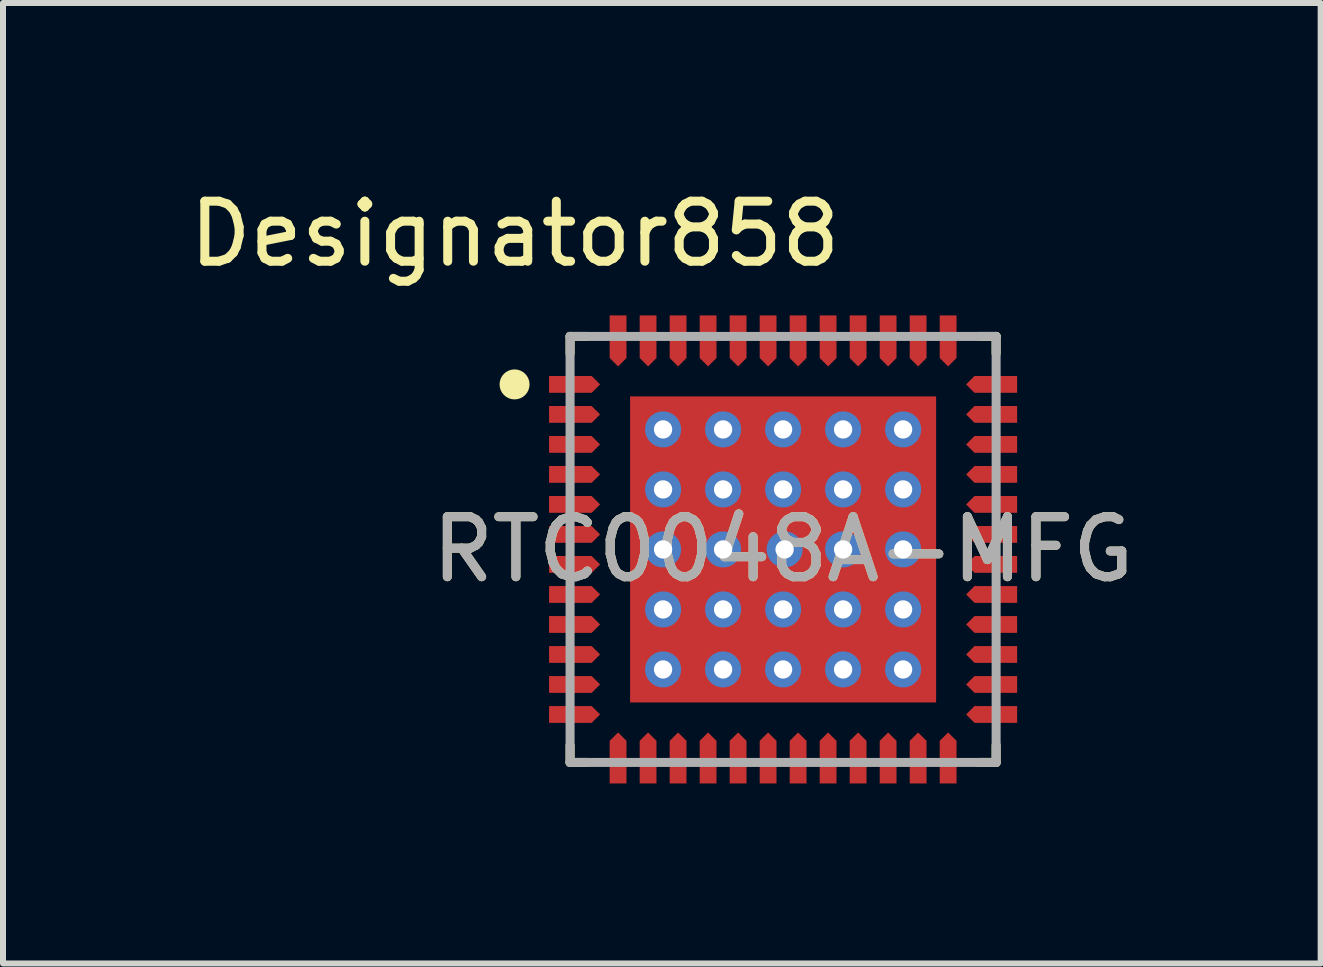
<source format=kicad_pcb>
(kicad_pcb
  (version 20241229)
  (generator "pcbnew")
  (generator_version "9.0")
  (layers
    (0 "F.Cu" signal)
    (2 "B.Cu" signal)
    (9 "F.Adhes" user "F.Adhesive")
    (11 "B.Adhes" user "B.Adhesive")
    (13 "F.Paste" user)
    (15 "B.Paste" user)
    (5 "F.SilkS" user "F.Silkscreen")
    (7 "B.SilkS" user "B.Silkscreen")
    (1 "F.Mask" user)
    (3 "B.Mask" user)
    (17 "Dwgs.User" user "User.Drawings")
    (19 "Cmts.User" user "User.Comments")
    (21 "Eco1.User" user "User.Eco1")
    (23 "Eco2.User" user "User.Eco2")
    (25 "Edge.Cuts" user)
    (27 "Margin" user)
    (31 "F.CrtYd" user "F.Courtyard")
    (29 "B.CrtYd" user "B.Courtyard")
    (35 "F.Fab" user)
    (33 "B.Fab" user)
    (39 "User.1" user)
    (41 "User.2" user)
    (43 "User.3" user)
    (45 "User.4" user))
  (footprint "RTC0048A-MFG"
    (layer "F.Cu")
    (at 10 6.106)
    (property "Reference" "RTC0048A-MFG" (at 0 0 0) (unlocked yes) (layer "F.SilkS") (effects (font (size 1 1) (thickness 0.15))))
    (attr smd)
    (fp_poly (pts (xy -3.9 -2.89) (xy -3.19 -2.89) (xy -3.05 -2.75) (xy -3.19 -2.61) (xy -3.9 -2.61)) (stroke (width 0) (type solid)) (fill yes) (layer "F.Cu"))
    (fp_poly (pts (xy -3.9 -2.39) (xy -3.19 -2.39) (xy -3.05 -2.25) (xy -3.19 -2.11) (xy -3.9 -2.11)) (stroke (width 0) (type solid)) (fill yes) (layer "F.Cu"))
    (fp_poly (pts (xy -3.9 -1.89) (xy -3.19 -1.89) (xy -3.05 -1.75) (xy -3.19 -1.61) (xy -3.9 -1.61)) (stroke (width 0) (type solid)) (fill yes) (layer "F.Cu"))
    (fp_poly (pts (xy -3.9 -1.39) (xy -3.19 -1.39) (xy -3.05 -1.25) (xy -3.19 -1.11) (xy -3.9 -1.11)) (stroke (width 0) (type solid)) (fill yes) (layer "F.Cu"))
    (fp_poly (pts (xy -3.9 -0.89) (xy -3.19 -0.89) (xy -3.05 -0.75) (xy -3.19 -0.61) (xy -3.9 -0.61)) (stroke (width 0) (type solid)) (fill yes) (layer "F.Cu"))
    (fp_poly (pts (xy -3.9 -0.39) (xy -3.19 -0.39) (xy -3.05 -0.25) (xy -3.19 -0.11) (xy -3.9 -0.11)) (stroke (width 0) (type solid)) (fill yes) (layer "F.Cu"))
    (fp_poly (pts (xy -3.9 0.11) (xy -3.19 0.11) (xy -3.05 0.25) (xy -3.19 0.39) (xy -3.9 0.39)) (stroke (width 0) (type solid)) (fill yes) (layer "F.Cu"))
    (fp_poly (pts (xy -3.9 0.61) (xy -3.19 0.61) (xy -3.05 0.75) (xy -3.19 0.89) (xy -3.9 0.89)) (stroke (width 0) (type solid)) (fill yes) (layer "F.Cu"))
    (fp_poly (pts (xy -3.9 1.11) (xy -3.19 1.11) (xy -3.05 1.25) (xy -3.19 1.39) (xy -3.9 1.39)) (stroke (width 0) (type solid)) (fill yes) (layer "F.Cu"))
    (fp_poly (pts (xy -3.9 1.61) (xy -3.19 1.61) (xy -3.05 1.75) (xy -3.19 1.89) (xy -3.9 1.89)) (stroke (width 0) (type solid)) (fill yes) (layer "F.Cu"))
    (fp_poly (pts (xy -3.9 2.11) (xy -3.19 2.11) (xy -3.05 2.25) (xy -3.19 2.39) (xy -3.9 2.39)) (stroke (width 0) (type solid)) (fill yes) (layer "F.Cu"))
    (fp_poly (pts (xy -3.9 2.61) (xy -3.19 2.61) (xy -3.05 2.75) (xy -3.19 2.89) (xy -3.9 2.89)) (stroke (width 0) (type solid)) (fill yes) (layer "F.Cu"))
    (fp_poly (pts (xy -2.89 3.9) (xy -2.89 3.19) (xy -2.75 3.05) (xy -2.61 3.19) (xy -2.61 3.9)) (stroke (width 0) (type solid)) (fill yes) (layer "F.Cu"))
    (fp_poly (pts (xy -2.61 -3.9) (xy -2.61 -3.19) (xy -2.75 -3.05) (xy -2.89 -3.19) (xy -2.89 -3.9)) (stroke (width 0) (type solid)) (fill yes) (layer "F.Cu"))
    (fp_poly (pts (xy -2.39 3.9) (xy -2.39 3.19) (xy -2.25 3.05) (xy -2.11 3.19) (xy -2.11 3.9)) (stroke (width 0) (type solid)) (fill yes) (layer "F.Cu"))
    (fp_poly (pts (xy -2.11 -3.9) (xy -2.11 -3.19) (xy -2.25 -3.05) (xy -2.39 -3.19) (xy -2.39 -3.9)) (stroke (width 0) (type solid)) (fill yes) (layer "F.Cu"))
    (fp_poly (pts (xy -1.89 3.9) (xy -1.89 3.19) (xy -1.75 3.05) (xy -1.61 3.19) (xy -1.61 3.9)) (stroke (width 0) (type solid)) (fill yes) (layer "F.Cu"))
    (fp_poly (pts (xy -1.61 -3.9) (xy -1.61 -3.19) (xy -1.75 -3.05) (xy -1.89 -3.19) (xy -1.89 -3.9)) (stroke (width 0) (type solid)) (fill yes) (layer "F.Cu"))
    (fp_poly (pts (xy -1.39 3.9) (xy -1.39 3.19) (xy -1.25 3.05) (xy -1.11 3.19) (xy -1.11 3.9)) (stroke (width 0) (type solid)) (fill yes) (layer "F.Cu"))
    (fp_poly (pts (xy -1.11 -3.9) (xy -1.11 -3.19) (xy -1.25 -3.05) (xy -1.39 -3.19) (xy -1.39 -3.9)) (stroke (width 0) (type solid)) (fill yes) (layer "F.Cu"))
    (fp_poly (pts (xy -0.89 3.9) (xy -0.89 3.19) (xy -0.75 3.05) (xy -0.61 3.19) (xy -0.61 3.9)) (stroke (width 0) (type solid)) (fill yes) (layer "F.Cu"))
    (fp_poly (pts (xy -0.61 -3.9) (xy -0.61 -3.19) (xy -0.75 -3.05) (xy -0.89 -3.19) (xy -0.89 -3.9)) (stroke (width 0) (type solid)) (fill yes) (layer "F.Cu"))
    (fp_poly (pts (xy -0.39 3.9) (xy -0.39 3.19) (xy -0.25 3.05) (xy -0.11 3.19) (xy -0.11 3.9)) (stroke (width 0) (type solid)) (fill yes) (layer "F.Cu"))
    (fp_poly (pts (xy -0.11 -3.9) (xy -0.11 -3.19) (xy -0.25 -3.05) (xy -0.39 -3.19) (xy -0.39 -3.9)) (stroke (width 0) (type solid)) (fill yes) (layer "F.Cu"))
    (fp_poly (pts (xy 0.11 3.9) (xy 0.11 3.19) (xy 0.25 3.05) (xy 0.39 3.19) (xy 0.39 3.9)) (stroke (width 0) (type solid)) (fill yes) (layer "F.Cu"))
    (fp_poly (pts (xy 0.39 -3.9) (xy 0.39 -3.19) (xy 0.25 -3.05) (xy 0.11 -3.19) (xy 0.11 -3.9)) (stroke (width 0) (type solid)) (fill yes) (layer "F.Cu"))
    (fp_poly (pts (xy 0.61 3.9) (xy 0.61 3.19) (xy 0.75 3.05) (xy 0.89 3.19) (xy 0.89 3.9)) (stroke (width 0) (type solid)) (fill yes) (layer "F.Cu"))
    (fp_poly (pts (xy 0.89 -3.9) (xy 0.89 -3.19) (xy 0.75 -3.05) (xy 0.61 -3.19) (xy 0.61 -3.9)) (stroke (width 0) (type solid)) (fill yes) (layer "F.Cu"))
    (fp_poly (pts (xy 1.11 3.9) (xy 1.11 3.19) (xy 1.25 3.05) (xy 1.39 3.19) (xy 1.39 3.9)) (stroke (width 0) (type solid)) (fill yes) (layer "F.Cu"))
    (fp_poly (pts (xy 1.39 -3.9) (xy 1.39 -3.19) (xy 1.25 -3.05) (xy 1.11 -3.19) (xy 1.11 -3.9)) (stroke (width 0) (type solid)) (fill yes) (layer "F.Cu"))
    (fp_poly (pts (xy 1.61 3.9) (xy 1.61 3.19) (xy 1.75 3.05) (xy 1.89 3.19) (xy 1.89 3.9)) (stroke (width 0) (type solid)) (fill yes) (layer "F.Cu"))
    (fp_poly (pts (xy 1.89 -3.9) (xy 1.89 -3.19) (xy 1.75 -3.05) (xy 1.61 -3.19) (xy 1.61 -3.9)) (stroke (width 0) (type solid)) (fill yes) (layer "F.Cu"))
    (fp_poly (pts (xy 2.11 3.9) (xy 2.11 3.19) (xy 2.25 3.05) (xy 2.39 3.19) (xy 2.39 3.9)) (stroke (width 0) (type solid)) (fill yes) (layer "F.Cu"))
    (fp_poly (pts (xy 2.39 -3.9) (xy 2.39 -3.19) (xy 2.25 -3.05) (xy 2.11 -3.19) (xy 2.11 -3.9)) (stroke (width 0) (type solid)) (fill yes) (layer "F.Cu"))
    (fp_poly (pts (xy 2.61 3.9) (xy 2.61 3.19) (xy 2.75 3.05) (xy 2.89 3.19) (xy 2.89 3.9)) (stroke (width 0) (type solid)) (fill yes) (layer "F.Cu"))
    (fp_poly (pts (xy 2.89 -3.9) (xy 2.89 -3.19) (xy 2.75 -3.05) (xy 2.61 -3.19) (xy 2.61 -3.9)) (stroke (width 0) (type solid)) (fill yes) (layer "F.Cu"))
    (fp_poly (pts (xy 3.9 -2.61) (xy 3.19 -2.61) (xy 3.05 -2.75) (xy 3.19 -2.89) (xy 3.9 -2.89)) (stroke (width 0) (type solid)) (fill yes) (layer "F.Cu"))
    (fp_poly (pts (xy 3.9 -2.11) (xy 3.19 -2.11) (xy 3.05 -2.25) (xy 3.19 -2.39) (xy 3.9 -2.39)) (stroke (width 0) (type solid)) (fill yes) (layer "F.Cu"))
    (fp_poly (pts (xy 3.9 -1.61) (xy 3.19 -1.61) (xy 3.05 -1.75) (xy 3.19 -1.89) (xy 3.9 -1.89)) (stroke (width 0) (type solid)) (fill yes) (layer "F.Cu"))
    (fp_poly (pts (xy 3.9 -1.11) (xy 3.19 -1.11) (xy 3.05 -1.25) (xy 3.19 -1.39) (xy 3.9 -1.39)) (stroke (width 0) (type solid)) (fill yes) (layer "F.Cu"))
    (fp_poly (pts (xy 3.9 -0.61) (xy 3.19 -0.61) (xy 3.05 -0.75) (xy 3.19 -0.89) (xy 3.9 -0.89)) (stroke (width 0) (type solid)) (fill yes) (layer "F.Cu"))
    (fp_poly (pts (xy 3.9 -0.11) (xy 3.19 -0.11) (xy 3.05 -0.25) (xy 3.19 -0.39) (xy 3.9 -0.39)) (stroke (width 0) (type solid)) (fill yes) (layer "F.Cu"))
    (fp_poly (pts (xy 3.9 0.39) (xy 3.19 0.39) (xy 3.05 0.25) (xy 3.19 0.11) (xy 3.9 0.11)) (stroke (width 0) (type solid)) (fill yes) (layer "F.Cu"))
    (fp_poly (pts (xy 3.9 0.89) (xy 3.19 0.89) (xy 3.05 0.75) (xy 3.19 0.61) (xy 3.9 0.61)) (stroke (width 0) (type solid)) (fill yes) (layer "F.Cu"))
    (fp_poly (pts (xy 3.9 1.39) (xy 3.19 1.39) (xy 3.05 1.25) (xy 3.19 1.11) (xy 3.9 1.11)) (stroke (width 0) (type solid)) (fill yes) (layer "F.Cu"))
    (fp_poly (pts (xy 3.9 1.89) (xy 3.19 1.89) (xy 3.05 1.75) (xy 3.19 1.61) (xy 3.9 1.61)) (stroke (width 0) (type solid)) (fill yes) (layer "F.Cu"))
    (fp_poly (pts (xy 3.9 2.39) (xy 3.19 2.39) (xy 3.05 2.25) (xy 3.19 2.11) (xy 3.9 2.11)) (stroke (width 0) (type solid)) (fill yes) (layer "F.Cu"))
    (fp_poly (pts (xy 3.9 2.89) (xy 3.19 2.89) (xy 3.05 2.75) (xy 3.19 2.61) (xy 3.9 2.61)) (stroke (width 0) (type solid)) (fill yes) (layer "F.Cu"))
    (fp_poly (pts (xy -3.9 -2.89) (xy -3.19 -2.89) (xy -3.05 -2.75) (xy -3.19 -2.61) (xy -3.9 -2.61)) (stroke (width 0) (type solid)) (fill yes) (layer "F.Mask"))
    (fp_poly (pts (xy -3.9 -2.39) (xy -3.19 -2.39) (xy -3.05 -2.25) (xy -3.19 -2.11) (xy -3.9 -2.11)) (stroke (width 0) (type solid)) (fill yes) (layer "F.Mask"))
    (fp_poly (pts (xy -3.9 -1.89) (xy -3.19 -1.89) (xy -3.05 -1.75) (xy -3.19 -1.61) (xy -3.9 -1.61)) (stroke (width 0) (type solid)) (fill yes) (layer "F.Mask"))
    (fp_poly (pts (xy -3.9 -1.39) (xy -3.19 -1.39) (xy -3.05 -1.25) (xy -3.19 -1.11) (xy -3.9 -1.11)) (stroke (width 0) (type solid)) (fill yes) (layer "F.Mask"))
    (fp_poly (pts (xy -3.9 -0.89) (xy -3.19 -0.89) (xy -3.05 -0.75) (xy -3.19 -0.61) (xy -3.9 -0.61)) (stroke (width 0) (type solid)) (fill yes) (layer "F.Mask"))
    (fp_poly (pts (xy -3.9 -0.39) (xy -3.19 -0.39) (xy -3.05 -0.25) (xy -3.19 -0.11) (xy -3.9 -0.11)) (stroke (width 0) (type solid)) (fill yes) (layer "F.Mask"))
    (fp_poly (pts (xy -3.9 0.11) (xy -3.19 0.11) (xy -3.05 0.25) (xy -3.19 0.39) (xy -3.9 0.39)) (stroke (width 0) (type solid)) (fill yes) (layer "F.Mask"))
    (fp_poly (pts (xy -3.9 0.61) (xy -3.19 0.61) (xy -3.05 0.75) (xy -3.19 0.89) (xy -3.9 0.89)) (stroke (width 0) (type solid)) (fill yes) (layer "F.Mask"))
    (fp_poly (pts (xy -3.9 1.11) (xy -3.19 1.11) (xy -3.05 1.25) (xy -3.19 1.39) (xy -3.9 1.39)) (stroke (width 0) (type solid)) (fill yes) (layer "F.Mask"))
    (fp_poly (pts (xy -3.9 1.61) (xy -3.19 1.61) (xy -3.05 1.75) (xy -3.19 1.89) (xy -3.9 1.89)) (stroke (width 0) (type solid)) (fill yes) (layer "F.Mask"))
    (fp_poly (pts (xy -3.9 2.11) (xy -3.19 2.11) (xy -3.05 2.25) (xy -3.19 2.39) (xy -3.9 2.39)) (stroke (width 0) (type solid)) (fill yes) (layer "F.Mask"))
    (fp_poly (pts (xy -3.9 2.61) (xy -3.19 2.61) (xy -3.05 2.75) (xy -3.19 2.89) (xy -3.9 2.89)) (stroke (width 0) (type solid)) (fill yes) (layer "F.Mask"))
    (fp_poly (pts (xy -2.89 3.9) (xy -2.89 3.19) (xy -2.75 3.05) (xy -2.61 3.19) (xy -2.61 3.9)) (stroke (width 0) (type solid)) (fill yes) (layer "F.Mask"))
    (fp_poly (pts (xy -2.61 -3.9) (xy -2.61 -3.19) (xy -2.75 -3.05) (xy -2.89 -3.19) (xy -2.89 -3.9)) (stroke (width 0) (type solid)) (fill yes) (layer "F.Mask"))
    (fp_poly (pts (xy -2.39 3.9) (xy -2.39 3.19) (xy -2.25 3.05) (xy -2.11 3.19) (xy -2.11 3.9)) (stroke (width 0) (type solid)) (fill yes) (layer "F.Mask"))
    (fp_poly (pts (xy -2.11 -3.9) (xy -2.11 -3.19) (xy -2.25 -3.05) (xy -2.39 -3.19) (xy -2.39 -3.9)) (stroke (width 0) (type solid)) (fill yes) (layer "F.Mask"))
    (fp_poly (pts (xy -1.89 3.9) (xy -1.89 3.19) (xy -1.75 3.05) (xy -1.61 3.19) (xy -1.61 3.9)) (stroke (width 0) (type solid)) (fill yes) (layer "F.Mask"))
    (fp_poly (pts (xy -1.61 -3.9) (xy -1.61 -3.19) (xy -1.75 -3.05) (xy -1.89 -3.19) (xy -1.89 -3.9)) (stroke (width 0) (type solid)) (fill yes) (layer "F.Mask"))
    (fp_poly (pts (xy -1.39 3.9) (xy -1.39 3.19) (xy -1.25 3.05) (xy -1.11 3.19) (xy -1.11 3.9)) (stroke (width 0) (type solid)) (fill yes) (layer "F.Mask"))
    (fp_poly (pts (xy -1.11 -3.9) (xy -1.11 -3.19) (xy -1.25 -3.05) (xy -1.39 -3.19) (xy -1.39 -3.9)) (stroke (width 0) (type solid)) (fill yes) (layer "F.Mask"))
    (fp_poly (pts (xy -0.89 3.9) (xy -0.89 3.19) (xy -0.75 3.05) (xy -0.61 3.19) (xy -0.61 3.9)) (stroke (width 0) (type solid)) (fill yes) (layer "F.Mask"))
    (fp_poly (pts (xy -0.61 -3.9) (xy -0.61 -3.19) (xy -0.75 -3.05) (xy -0.89 -3.19) (xy -0.89 -3.9)) (stroke (width 0) (type solid)) (fill yes) (layer "F.Mask"))
    (fp_poly (pts (xy -0.39 3.9) (xy -0.39 3.19) (xy -0.25 3.05) (xy -0.11 3.19) (xy -0.11 3.9)) (stroke (width 0) (type solid)) (fill yes) (layer "F.Mask"))
    (fp_poly (pts (xy -0.11 -3.9) (xy -0.11 -3.19) (xy -0.25 -3.05) (xy -0.39 -3.19) (xy -0.39 -3.9)) (stroke (width 0) (type solid)) (fill yes) (layer "F.Mask"))
    (fp_poly (pts (xy 0.11 3.9) (xy 0.11 3.19) (xy 0.25 3.05) (xy 0.39 3.19) (xy 0.39 3.9)) (stroke (width 0) (type solid)) (fill yes) (layer "F.Mask"))
    (fp_poly (pts (xy 0.39 -3.9) (xy 0.39 -3.19) (xy 0.25 -3.05) (xy 0.11 -3.19) (xy 0.11 -3.9)) (stroke (width 0) (type solid)) (fill yes) (layer "F.Mask"))
    (fp_poly (pts (xy 0.61 3.9) (xy 0.61 3.19) (xy 0.75 3.05) (xy 0.89 3.19) (xy 0.89 3.9)) (stroke (width 0) (type solid)) (fill yes) (layer "F.Mask"))
    (fp_poly (pts (xy 0.89 -3.9) (xy 0.89 -3.19) (xy 0.75 -3.05) (xy 0.61 -3.19) (xy 0.61 -3.9)) (stroke (width 0) (type solid)) (fill yes) (layer "F.Mask"))
    (fp_poly (pts (xy 1.11 3.9) (xy 1.11 3.19) (xy 1.25 3.05) (xy 1.39 3.19) (xy 1.39 3.9)) (stroke (width 0) (type solid)) (fill yes) (layer "F.Mask"))
    (fp_poly (pts (xy 1.39 -3.9) (xy 1.39 -3.19) (xy 1.25 -3.05) (xy 1.11 -3.19) (xy 1.11 -3.9)) (stroke (width 0) (type solid)) (fill yes) (layer "F.Mask"))
    (fp_poly (pts (xy 1.61 3.9) (xy 1.61 3.19) (xy 1.75 3.05) (xy 1.89 3.19) (xy 1.89 3.9)) (stroke (width 0) (type solid)) (fill yes) (layer "F.Mask"))
    (fp_poly (pts (xy 1.89 -3.9) (xy 1.89 -3.19) (xy 1.75 -3.05) (xy 1.61 -3.19) (xy 1.61 -3.9)) (stroke (width 0) (type solid)) (fill yes) (layer "F.Mask"))
    (fp_poly (pts (xy 2.11 3.9) (xy 2.11 3.19) (xy 2.25 3.05) (xy 2.39 3.19) (xy 2.39 3.9)) (stroke (width 0) (type solid)) (fill yes) (layer "F.Mask"))
    (fp_poly (pts (xy 2.39 -3.9) (xy 2.39 -3.19) (xy 2.25 -3.05) (xy 2.11 -3.19) (xy 2.11 -3.9)) (stroke (width 0) (type solid)) (fill yes) (layer "F.Mask"))
    (fp_poly (pts (xy 2.61 3.9) (xy 2.61 3.19) (xy 2.75 3.05) (xy 2.89 3.19) (xy 2.89 3.9)) (stroke (width 0) (type solid)) (fill yes) (layer "F.Mask"))
    (fp_poly (pts (xy 2.89 -3.9) (xy 2.89 -3.19) (xy 2.75 -3.05) (xy 2.61 -3.19) (xy 2.61 -3.9)) (stroke (width 0) (type solid)) (fill yes) (layer "F.Mask"))
    (fp_poly (pts (xy 3.9 -2.61) (xy 3.19 -2.61) (xy 3.05 -2.75) (xy 3.19 -2.89) (xy 3.9 -2.89)) (stroke (width 0) (type solid)) (fill yes) (layer "F.Mask"))
    (fp_poly (pts (xy 3.9 -2.11) (xy 3.19 -2.11) (xy 3.05 -2.25) (xy 3.19 -2.39) (xy 3.9 -2.39)) (stroke (width 0) (type solid)) (fill yes) (layer "F.Mask"))
    (fp_poly (pts (xy 3.9 -1.61) (xy 3.19 -1.61) (xy 3.05 -1.75) (xy 3.19 -1.89) (xy 3.9 -1.89)) (stroke (width 0) (type solid)) (fill yes) (layer "F.Mask"))
    (fp_poly (pts (xy 3.9 -1.11) (xy 3.19 -1.11) (xy 3.05 -1.25) (xy 3.19 -1.39) (xy 3.9 -1.39)) (stroke (width 0) (type solid)) (fill yes) (layer "F.Mask"))
    (fp_poly (pts (xy 3.9 -0.61) (xy 3.19 -0.61) (xy 3.05 -0.75) (xy 3.19 -0.89) (xy 3.9 -0.89)) (stroke (width 0) (type solid)) (fill yes) (layer "F.Mask"))
    (fp_poly (pts (xy 3.9 -0.11) (xy 3.19 -0.11) (xy 3.05 -0.25) (xy 3.19 -0.39) (xy 3.9 -0.39)) (stroke (width 0) (type solid)) (fill yes) (layer "F.Mask"))
    (fp_poly (pts (xy 3.9 0.39) (xy 3.19 0.39) (xy 3.05 0.25) (xy 3.19 0.11) (xy 3.9 0.11)) (stroke (width 0) (type solid)) (fill yes) (layer "F.Mask"))
    (fp_poly (pts (xy 3.9 0.89) (xy 3.19 0.89) (xy 3.05 0.75) (xy 3.19 0.61) (xy 3.9 0.61)) (stroke (width 0) (type solid)) (fill yes) (layer "F.Mask"))
    (fp_poly (pts (xy 3.9 1.39) (xy 3.19 1.39) (xy 3.05 1.25) (xy 3.19 1.11) (xy 3.9 1.11)) (stroke (width 0) (type solid)) (fill yes) (layer "F.Mask"))
    (fp_poly (pts (xy 3.9 1.89) (xy 3.19 1.89) (xy 3.05 1.75) (xy 3.19 1.61) (xy 3.9 1.61)) (stroke (width 0) (type solid)) (fill yes) (layer "F.Mask"))
    (fp_poly (pts (xy 3.9 2.39) (xy 3.19 2.39) (xy 3.05 2.25) (xy 3.19 2.11) (xy 3.9 2.11)) (stroke (width 0) (type solid)) (fill yes) (layer "F.Mask"))
    (fp_poly (pts (xy 3.9 2.89) (xy 3.19 2.89) (xy 3.05 2.75) (xy 3.19 2.61) (xy 3.9 2.61)) (stroke (width 0) (type solid)) (fill yes) (layer "F.Mask"))
    (fp_line (start -3.55 -3.55) (end -3.265 -3.55) (stroke (width 0.15) (type solid)) (layer "F.SilkS"))
    (fp_line (start -3.55 -3.265) (end -3.55 -3.55) (stroke (width 0.15) (type solid)) (layer "F.SilkS"))
    (fp_line (start -3.55 3.55) (end -3.55 3.265) (stroke (width 0.15) (type solid)) (layer "F.SilkS"))
    (fp_line (start -3.55 3.55) (end -3.265 3.55) (stroke (width 0.15) (type solid)) (layer "F.SilkS"))
    (fp_line (start 3.265 -3.55) (end 3.55 -3.55) (stroke (width 0.15) (type solid)) (layer "F.SilkS"))
    (fp_line (start 3.265 3.55) (end 3.55 3.55) (stroke (width 0.15) (type solid)) (layer "F.SilkS"))
    (fp_line (start 3.55 -3.265) (end 3.55 -3.55) (stroke (width 0.15) (type solid)) (layer "F.SilkS"))
    (fp_line (start 3.55 3.55) (end 3.55 3.265) (stroke (width 0.15) (type solid)) (layer "F.SilkS"))
    (fp_circle (center -4.475 -2.75) (end -4.35 -2.75) (stroke (width 0.25) (type solid)) (fill no) (layer "F.SilkS"))
    (fp_poly (pts (xy -3.875 -2.865) (xy -3.19 -2.865) (xy -3.075 -2.75) (xy -3.19 -2.635) (xy -3.875 -2.635)) (stroke (width 0) (type solid)) (fill yes) (layer "F.Paste"))
    (fp_poly (pts (xy -3.875 -2.365) (xy -3.19 -2.365) (xy -3.075 -2.25) (xy -3.19 -2.135) (xy -3.875 -2.135)) (stroke (width 0) (type solid)) (fill yes) (layer "F.Paste"))
    (fp_poly (pts (xy -3.875 -1.865) (xy -3.19 -1.865) (xy -3.075 -1.75) (xy -3.19 -1.635) (xy -3.875 -1.635)) (stroke (width 0) (type solid)) (fill yes) (layer "F.Paste"))
    (fp_poly (pts (xy -3.875 -1.365) (xy -3.19 -1.365) (xy -3.075 -1.25) (xy -3.19 -1.135) (xy -3.875 -1.135)) (stroke (width 0) (type solid)) (fill yes) (layer "F.Paste"))
    (fp_poly (pts (xy -3.875 -0.865) (xy -3.19 -0.865) (xy -3.075 -0.75) (xy -3.19 -0.635) (xy -3.875 -0.635)) (stroke (width 0) (type solid)) (fill yes) (layer "F.Paste"))
    (fp_poly (pts (xy -3.875 -0.365) (xy -3.19 -0.365) (xy -3.075 -0.25) (xy -3.19 -0.135) (xy -3.875 -0.135)) (stroke (width 0) (type solid)) (fill yes) (layer "F.Paste"))
    (fp_poly (pts (xy -3.875 0.135) (xy -3.19 0.135) (xy -3.075 0.25) (xy -3.19 0.365) (xy -3.875 0.365)) (stroke (width 0) (type solid)) (fill yes) (layer "F.Paste"))
    (fp_poly (pts (xy -3.875 0.635) (xy -3.19 0.635) (xy -3.075 0.75) (xy -3.19 0.865) (xy -3.875 0.865)) (stroke (width 0) (type solid)) (fill yes) (layer "F.Paste"))
    (fp_poly (pts (xy -3.875 1.135) (xy -3.19 1.135) (xy -3.075 1.25) (xy -3.19 1.365) (xy -3.875 1.365)) (stroke (width 0) (type solid)) (fill yes) (layer "F.Paste"))
    (fp_poly (pts (xy -3.875 1.635) (xy -3.19 1.635) (xy -3.075 1.75) (xy -3.19 1.865) (xy -3.875 1.865)) (stroke (width 0) (type solid)) (fill yes) (layer "F.Paste"))
    (fp_poly (pts (xy -3.875 2.135) (xy -3.19 2.135) (xy -3.075 2.25) (xy -3.19 2.365) (xy -3.875 2.365)) (stroke (width 0) (type solid)) (fill yes) (layer "F.Paste"))
    (fp_poly (pts (xy -3.875 2.635) (xy -3.19 2.635) (xy -3.075 2.75) (xy -3.19 2.865) (xy -3.875 2.865)) (stroke (width 0) (type solid)) (fill yes) (layer "F.Paste"))
    (fp_poly (pts (xy -2.865 3.875) (xy -2.865 3.19) (xy -2.75 3.075) (xy -2.635 3.19) (xy -2.635 3.875)) (stroke (width 0) (type solid)) (fill yes) (layer "F.Paste"))
    (fp_poly (pts (xy -2.635 -3.875) (xy -2.635 -3.19) (xy -2.75 -3.075) (xy -2.865 -3.19) (xy -2.865 -3.875)) (stroke (width 0) (type solid)) (fill yes) (layer "F.Paste"))
    (fp_poly (pts (xy -2.365 3.875) (xy -2.365 3.19) (xy -2.25 3.075) (xy -2.135 3.19) (xy -2.135 3.875)) (stroke (width 0) (type solid)) (fill yes) (layer "F.Paste"))
    (fp_poly (pts (xy -2.135 -3.875) (xy -2.135 -3.19) (xy -2.25 -3.075) (xy -2.365 -3.19) (xy -2.365 -3.875)) (stroke (width 0) (type solid)) (fill yes) (layer "F.Paste"))
    (fp_poly (pts (xy -1.865 3.875) (xy -1.865 3.19) (xy -1.75 3.075) (xy -1.635 3.19) (xy -1.635 3.875)) (stroke (width 0) (type solid)) (fill yes) (layer "F.Paste"))
    (fp_poly (pts (xy -1.635 -3.875) (xy -1.635 -3.19) (xy -1.75 -3.075) (xy -1.865 -3.19) (xy -1.865 -3.875)) (stroke (width 0) (type solid)) (fill yes) (layer "F.Paste"))
    (fp_poly (pts (xy -1.365 3.875) (xy -1.365 3.19) (xy -1.25 3.075) (xy -1.135 3.19) (xy -1.135 3.875)) (stroke (width 0) (type solid)) (fill yes) (layer "F.Paste"))
    (fp_poly (pts (xy -1.135 -3.875) (xy -1.135 -3.19) (xy -1.25 -3.075) (xy -1.365 -3.19) (xy -1.365 -3.875)) (stroke (width 0) (type solid)) (fill yes) (layer "F.Paste"))
    (fp_poly (pts (xy -0.865 3.875) (xy -0.865 3.19) (xy -0.75 3.075) (xy -0.635 3.19) (xy -0.635 3.875)) (stroke (width 0) (type solid)) (fill yes) (layer "F.Paste"))
    (fp_poly (pts (xy -0.635 -3.875) (xy -0.635 -3.19) (xy -0.75 -3.075) (xy -0.865 -3.19) (xy -0.865 -3.875)) (stroke (width 0) (type solid)) (fill yes) (layer "F.Paste"))
    (fp_poly (pts (xy -0.365 3.875) (xy -0.365 3.19) (xy -0.25 3.075) (xy -0.135 3.19) (xy -0.135 3.875)) (stroke (width 0) (type solid)) (fill yes) (layer "F.Paste"))
    (fp_poly (pts (xy -0.135 -3.875) (xy -0.135 -3.19) (xy -0.25 -3.075) (xy -0.365 -3.19) (xy -0.365 -3.875)) (stroke (width 0) (type solid)) (fill yes) (layer "F.Paste"))
    (fp_poly (pts (xy 0.135 3.875) (xy 0.135 3.19) (xy 0.25 3.075) (xy 0.365 3.19) (xy 0.365 3.875)) (stroke (width 0) (type solid)) (fill yes) (layer "F.Paste"))
    (fp_poly (pts (xy 0.365 -3.875) (xy 0.365 -3.19) (xy 0.25 -3.075) (xy 0.135 -3.19) (xy 0.135 -3.875)) (stroke (width 0) (type solid)) (fill yes) (layer "F.Paste"))
    (fp_poly (pts (xy 0.635 3.875) (xy 0.635 3.19) (xy 0.75 3.075) (xy 0.865 3.19) (xy 0.865 3.875)) (stroke (width 0) (type solid)) (fill yes) (layer "F.Paste"))
    (fp_poly (pts (xy 0.865 -3.875) (xy 0.865 -3.19) (xy 0.75 -3.075) (xy 0.635 -3.19) (xy 0.635 -3.875)) (stroke (width 0) (type solid)) (fill yes) (layer "F.Paste"))
    (fp_poly (pts (xy 1.135 3.875) (xy 1.135 3.19) (xy 1.25 3.075) (xy 1.365 3.19) (xy 1.365 3.875)) (stroke (width 0) (type solid)) (fill yes) (layer "F.Paste"))
    (fp_poly (pts (xy 1.365 -3.875) (xy 1.365 -3.19) (xy 1.25 -3.075) (xy 1.135 -3.19) (xy 1.135 -3.875)) (stroke (width 0) (type solid)) (fill yes) (layer "F.Paste"))
    (fp_poly (pts (xy 1.635 3.875) (xy 1.635 3.19) (xy 1.75 3.075) (xy 1.865 3.19) (xy 1.865 3.875)) (stroke (width 0) (type solid)) (fill yes) (layer "F.Paste"))
    (fp_poly (pts (xy 1.865 -3.875) (xy 1.865 -3.19) (xy 1.75 -3.075) (xy 1.635 -3.19) (xy 1.635 -3.875)) (stroke (width 0) (type solid)) (fill yes) (layer "F.Paste"))
    (fp_poly (pts (xy 2.135 3.875) (xy 2.135 3.19) (xy 2.25 3.075) (xy 2.365 3.19) (xy 2.365 3.875)) (stroke (width 0) (type solid)) (fill yes) (layer "F.Paste"))
    (fp_poly (pts (xy 2.365 -3.875) (xy 2.365 -3.19) (xy 2.25 -3.075) (xy 2.135 -3.19) (xy 2.135 -3.875)) (stroke (width 0) (type solid)) (fill yes) (layer "F.Paste"))
    (fp_poly (pts (xy 2.635 3.875) (xy 2.635 3.19) (xy 2.75 3.075) (xy 2.865 3.19) (xy 2.865 3.875)) (stroke (width 0) (type solid)) (fill yes) (layer "F.Paste"))
    (fp_poly (pts (xy 2.865 -3.875) (xy 2.865 -3.19) (xy 2.75 -3.075) (xy 2.635 -3.19) (xy 2.635 -3.875)) (stroke (width 0) (type solid)) (fill yes) (layer "F.Paste"))
    (fp_poly (pts (xy 3.875 -2.635) (xy 3.19 -2.635) (xy 3.075 -2.75) (xy 3.19 -2.865) (xy 3.875 -2.865)) (stroke (width 0) (type solid)) (fill yes) (layer "F.Paste"))
    (fp_poly (pts (xy 3.875 -2.135) (xy 3.19 -2.135) (xy 3.075 -2.25) (xy 3.19 -2.365) (xy 3.875 -2.365)) (stroke (width 0) (type solid)) (fill yes) (layer "F.Paste"))
    (fp_poly (pts (xy 3.875 -1.635) (xy 3.19 -1.635) (xy 3.075 -1.75) (xy 3.19 -1.865) (xy 3.875 -1.865)) (stroke (width 0) (type solid)) (fill yes) (layer "F.Paste"))
    (fp_poly (pts (xy 3.875 -1.135) (xy 3.19 -1.135) (xy 3.075 -1.25) (xy 3.19 -1.365) (xy 3.875 -1.365)) (stroke (width 0) (type solid)) (fill yes) (layer "F.Paste"))
    (fp_poly (pts (xy 3.875 -0.635) (xy 3.19 -0.635) (xy 3.075 -0.75) (xy 3.19 -0.865) (xy 3.875 -0.865)) (stroke (width 0) (type solid)) (fill yes) (layer "F.Paste"))
    (fp_poly (pts (xy 3.875 -0.135) (xy 3.19 -0.135) (xy 3.075 -0.25) (xy 3.19 -0.365) (xy 3.875 -0.365)) (stroke (width 0) (type solid)) (fill yes) (layer "F.Paste"))
    (fp_poly (pts (xy 3.875 0.365) (xy 3.19 0.365) (xy 3.075 0.25) (xy 3.19 0.135) (xy 3.875 0.135)) (stroke (width 0) (type solid)) (fill yes) (layer "F.Paste"))
    (fp_poly (pts (xy 3.875 0.865) (xy 3.19 0.865) (xy 3.075 0.75) (xy 3.19 0.635) (xy 3.875 0.635)) (stroke (width 0) (type solid)) (fill yes) (layer "F.Paste"))
    (fp_poly (pts (xy 3.875 1.365) (xy 3.19 1.365) (xy 3.075 1.25) (xy 3.19 1.135) (xy 3.875 1.135)) (stroke (width 0) (type solid)) (fill yes) (layer "F.Paste"))
    (fp_poly (pts (xy 3.875 1.865) (xy 3.19 1.865) (xy 3.075 1.75) (xy 3.19 1.635) (xy 3.875 1.635)) (stroke (width 0) (type solid)) (fill yes) (layer "F.Paste"))
    (fp_poly (pts (xy 3.875 2.365) (xy 3.19 2.365) (xy 3.075 2.25) (xy 3.19 2.135) (xy 3.875 2.135)) (stroke (width 0) (type solid)) (fill yes) (layer "F.Paste"))
    (fp_poly (pts (xy 3.875 2.865) (xy 3.19 2.865) (xy 3.075 2.75) (xy 3.19 2.635) (xy 3.875 2.635)) (stroke (width 0) (type solid)) (fill yes) (layer "F.Paste"))
    (fp_poly (pts (xy -2.325 0.625) (xy -2.325 -0.625) (xy -2.275 -0.675) (xy -1.025 -0.675) (xy -0.975 -0.625) (xy -0.975 0.625) (xy -1.025 0.675) (xy -2.275 0.675)) (stroke (width 0) (type solid)) (fill yes) (layer "F.Paste"))
    (fp_poly (pts (xy -2.275 -0.975) (xy -2.325 -1.025) (xy -2.325 -2.275) (xy -2.275 -2.325) (xy -1.025 -2.325) (xy -0.975 -2.275) (xy -0.975 -1.025) (xy -1.025 -0.975)) (stroke (width 0) (type solid)) (fill yes) (layer "F.Paste"))
    (fp_poly (pts (xy -1.025 2.325) (xy -2.275 2.325) (xy -2.325 2.275) (xy -2.325 1.025) (xy -2.275 0.975) (xy -1.025 0.975) (xy -0.975 1.025) (xy -0.975 2.275)) (stroke (width 0) (type solid)) (fill yes) (layer "F.Paste"))
    (fp_poly (pts (xy -0.675 1.025) (xy -0.625 0.975) (xy 0.625 0.975) (xy 0.675 1.025) (xy 0.675 2.275) (xy 0.625 2.325) (xy -0.625 2.325) (xy -0.675 2.275)) (stroke (width 0) (type solid)) (fill yes) (layer "F.Paste"))
    (fp_poly (pts (xy 0.675 -2.275) (xy 0.675 -1.025) (xy 0.625 -0.975) (xy -0.625 -0.975) (xy -0.675 -1.025) (xy -0.675 -2.275) (xy -0.625 -2.325) (xy 0.625 -2.325)) (stroke (width 0) (type solid)) (fill yes) (layer "F.Paste"))
    (fp_poly (pts (xy 0.675 0.625) (xy 0.625 0.675) (xy -0.625 0.675) (xy -0.675 0.625) (xy -0.675 -0.625) (xy -0.625 -0.675) (xy 0.625 -0.675) (xy 0.675 -0.625)) (stroke (width 0) (type solid)) (fill yes) (layer "F.Paste"))
    (fp_poly (pts (xy 1.025 -2.325) (xy 2.275 -2.325) (xy 2.325 -2.275) (xy 2.325 -1.025) (xy 2.275 -0.975) (xy 1.025 -0.975) (xy 0.975 -1.025) (xy 0.975 -2.275)) (stroke (width 0) (type solid)) (fill yes) (layer "F.Paste"))
    (fp_poly (pts (xy 2.325 -0.625) (xy 2.325 0.625) (xy 2.275 0.675) (xy 1.025 0.675) (xy 0.975 0.625) (xy 0.975 -0.625) (xy 1.025 -0.675) (xy 2.275 -0.675)) (stroke (width 0) (type solid)) (fill yes) (layer "F.Paste"))
    (fp_poly (pts (xy 2.325 2.275) (xy 2.275 2.325) (xy 1.025 2.325) (xy 0.975 2.275) (xy 0.975 1.025) (xy 1.025 0.975) (xy 2.275 0.975) (xy 2.325 1.025)) (stroke (width 0) (type solid)) (fill yes) (layer "F.Paste"))
    (fp_line (start -3.55 -3.55) (end 3.55 -3.55) (stroke (width 0.15) (type solid)) (layer "F.Fab"))
    (fp_line (start -3.55 3.55) (end -3.55 -3.55) (stroke (width 0.15) (type solid)) (layer "F.Fab"))
    (fp_line (start -3.55 3.55) (end 3.55 3.55) (stroke (width 0.15) (type solid)) (layer "F.Fab"))
    (fp_line (start 3.55 3.55) (end 3.55 -3.55) (stroke (width 0.15) (type solid)) (layer "F.Fab"))
    (fp_text user "Designator858" (at -4.47 -5.258 0) (unlocked yes) (layer "F.SilkS") (effects (font (size 1 1) (thickness 0.15))))
    (fp_text user "${REFERENCE}" (at 0 0 0) (unlocked yes) (layer "F.Fab") (effects (font (size 1 1) (thickness 0.15))))
    (pad "1" smd circle (at -3.475 -2.75) (size 0.252 0.252) (layers "F.Cu" "F.Mask"))
    (pad "2" smd circle (at -3.475 -2.25) (size 0.252 0.252) (layers "F.Cu" "F.Mask"))
    (pad "3" smd circle (at -3.475 -1.75) (size 0.252 0.252) (layers "F.Cu" "F.Mask"))
    (pad "4" smd circle (at -3.475 -1.25) (size 0.252 0.252) (layers "F.Cu" "F.Mask"))
    (pad "5" smd circle (at -3.475 -0.75) (size 0.252 0.252) (layers "F.Cu" "F.Mask"))
    (pad "6" smd circle (at -3.475 -0.25) (size 0.252 0.252) (layers "F.Cu" "F.Mask"))
    (pad "7" smd circle (at -3.475 0.25) (size 0.252 0.252) (layers "F.Cu" "F.Mask"))
    (pad "8" smd circle (at -3.76 0.75) (size 0.252 0.252) (layers "F.Cu" "F.Mask"))
    (pad "9" smd circle (at -3.475 1.25) (size 0.252 0.252) (layers "F.Cu" "F.Mask"))
    (pad "10" smd circle (at -3.475 1.75) (size 0.252 0.252) (layers "F.Cu" "F.Mask"))
    (pad "11" smd circle (at -3.76 2.25) (size 0.252 0.252) (layers "F.Cu" "F.Mask"))
    (pad "12" smd circle (at -3.475 2.75) (size 0.252 0.252) (layers "F.Cu" "F.Mask"))
    (pad "13" smd circle (at -2.75 3.475) (size 0.252 0.252) (layers "F.Cu" "F.Mask"))
    (pad "14" smd circle (at -2.25 3.475) (size 0.252 0.252) (layers "F.Cu" "F.Mask"))
    (pad "15" smd circle (at -1.75 3.475) (size 0.252 0.252) (layers "F.Cu" "F.Mask"))
    (pad "16" smd circle (at -1.25 3.475) (size 0.252 0.252) (layers "F.Cu" "F.Mask"))
    (pad "17" smd circle (at -0.75 3.475) (size 0.252 0.252) (layers "F.Cu" "F.Mask"))
    (pad "18" smd circle (at -0.25 3.475) (size 0.252 0.252) (layers "F.Cu" "F.Mask"))
    (pad "19" smd circle (at 0.25 3.475) (size 0.252 0.252) (layers "F.Cu" "F.Mask"))
    (pad "20" smd circle (at 0.75 3.76) (size 0.252 0.252) (layers "F.Cu" "F.Mask"))
    (pad "21" smd circle (at 1.25 3.475) (size 0.252 0.252) (layers "F.Cu" "F.Mask"))
    (pad "22" smd circle (at 1.75 3.475) (size 0.252 0.252) (layers "F.Cu" "F.Mask"))
    (pad "23" smd circle (at 2.25 3.76) (size 0.252 0.252) (layers "F.Cu" "F.Mask"))
    (pad "24" smd circle (at 2.75 3.475) (size 0.252 0.252) (layers "F.Cu" "F.Mask"))
    (pad "25" smd circle (at 3.475 2.75) (size 0.252 0.252) (layers "F.Cu" "F.Mask"))
    (pad "26" smd circle (at 3.475 2.25) (size 0.252 0.252) (layers "F.Cu" "F.Mask"))
    (pad "27" smd circle (at 3.475 1.75) (size 0.252 0.252) (layers "F.Cu" "F.Mask"))
    (pad "28" smd circle (at 3.475 1.25) (size 0.252 0.252) (layers "F.Cu" "F.Mask"))
    (pad "29" smd circle (at 3.475 0.75) (size 0.252 0.252) (layers "F.Cu" "F.Mask"))
    (pad "30" smd circle (at 3.475 0.25) (size 0.252 0.252) (layers "F.Cu" "F.Mask"))
    (pad "31" smd circle (at 3.475 -0.25) (size 0.252 0.252) (layers "F.Cu" "F.Mask"))
    (pad "32" smd circle (at 3.75 -0.75) (size 0.252 0.252) (layers "F.Cu" "F.Mask"))
    (pad "33" smd circle (at 3.475 -1.25) (size 0.252 0.252) (layers "F.Cu" "F.Mask"))
    (pad "34" smd circle (at 3.475 -1.75) (size 0.252 0.252) (layers "F.Cu" "F.Mask"))
    (pad "35" smd circle (at 3.75 -2.25) (size 0.252 0.252) (layers "F.Cu" "F.Mask"))
    (pad "36" smd circle (at 3.475 -2.75) (size 0.252 0.252) (layers "F.Cu" "F.Mask"))
    (pad "37" smd circle (at 2.75 -3.475) (size 0.252 0.252) (layers "F.Cu" "F.Mask"))
    (pad "38" smd circle (at 2.25 -3.475) (size 0.252 0.252) (layers "F.Cu" "F.Mask"))
    (pad "39" smd circle (at 1.75 -3.475) (size 0.252 0.252) (layers "F.Cu" "F.Mask"))
    (pad "40" smd circle (at 1.25 -3.475) (size 0.252 0.252) (layers "F.Cu" "F.Mask"))
    (pad "41" smd circle (at 0.75 -3.475) (size 0.252 0.252) (layers "F.Cu" "F.Mask"))
    (pad "42" smd circle (at 0.25 -3.475) (size 0.252 0.252) (layers "F.Cu" "F.Mask"))
    (pad "43" smd circle (at -0.25 -3.475) (size 0.252 0.252) (layers "F.Cu" "F.Mask"))
    (pad "44" smd circle (at -0.75 -3.75) (size 0.252 0.252) (layers "F.Cu" "F.Mask"))
    (pad "45" smd circle (at -1.25 -3.475) (size 0.252 0.252) (layers "F.Cu" "F.Mask"))
    (pad "46" smd circle (at -1.75 -3.475) (size 0.252 0.252) (layers "F.Cu" "F.Mask"))
    (pad "47" smd circle (at -2.25 -3.75) (size 0.252 0.252) (layers "F.Cu" "F.Mask"))
    (pad "48" smd circle (at -2.75 -3.475) (size 0.252 0.252) (layers "F.Cu" "F.Mask"))
    (pad "49" smd rect (at 0 0) (size 5.1 5.1) (layers "F.Cu" "F.Mask"))
    (pad "50" thru_hole circle (at -2 -2) (size 0.6 0.6) (drill 0.305) (layers "*.Cu" "*.Mask"))
    (pad "51" thru_hole circle (at -1 -2) (size 0.6 0.6) (drill 0.305) (layers "*.Cu" "*.Mask"))
    (pad "52" thru_hole circle (at 0 -2) (size 0.6 0.6) (drill 0.305) (layers "*.Cu" "*.Mask"))
    (pad "53" thru_hole circle (at 1 -2) (size 0.6 0.6) (drill 0.305) (layers "*.Cu" "*.Mask"))
    (pad "54" thru_hole circle (at 2 -2) (size 0.6 0.6) (drill 0.305) (layers "*.Cu" "*.Mask"))
    (pad "55" thru_hole circle (at -2 -1) (size 0.6 0.6) (drill 0.305) (layers "*.Cu" "*.Mask"))
    (pad "56" thru_hole circle (at -1 -1) (size 0.6 0.6) (drill 0.305) (layers "*.Cu" "*.Mask"))
    (pad "57" thru_hole circle (at 0 -1) (size 0.6 0.6) (drill 0.305) (layers "*.Cu" "*.Mask"))
    (pad "58" thru_hole circle (at 1 -1) (size 0.6 0.6) (drill 0.305) (layers "*.Cu" "*.Mask"))
    (pad "59" thru_hole circle (at 2 -1) (size 0.6 0.6) (drill 0.305) (layers "*.Cu" "*.Mask"))
    (pad "60" thru_hole circle (at -2 0) (size 0.6 0.6) (drill 0.305) (layers "*.Cu" "*.Mask"))
    (pad "61" thru_hole circle (at -1 0) (size 0.6 0.6) (drill 0.305) (layers "*.Cu" "*.Mask"))
    (pad "62" thru_hole circle (at 0.025 0) (size 0.6 0.6) (drill 0.305) (layers "*.Cu" "*.Mask"))
    (pad "63" thru_hole circle (at 1 0) (size 0.6 0.6) (drill 0.305) (layers "*.Cu" "*.Mask"))
    (pad "64" thru_hole circle (at 2 0) (size 0.6 0.6) (drill 0.305) (layers "*.Cu" "*.Mask"))
    (pad "65" thru_hole circle (at -2 1) (size 0.6 0.6) (drill 0.305) (layers "*.Cu" "*.Mask"))
    (pad "66" thru_hole circle (at -1 1) (size 0.6 0.6) (drill 0.305) (layers "*.Cu" "*.Mask"))
    (pad "67" thru_hole circle (at 0 1) (size 0.6 0.6) (drill 0.305) (layers "*.Cu" "*.Mask"))
    (pad "68" thru_hole circle (at 1 1) (size 0.6 0.6) (drill 0.305) (layers "*.Cu" "*.Mask"))
    (pad "69" thru_hole circle (at 2 1) (size 0.6 0.6) (drill 0.305) (layers "*.Cu" "*.Mask"))
    (pad "70" thru_hole circle (at -2 2) (size 0.6 0.6) (drill 0.305) (layers "*.Cu" "*.Mask"))
    (pad "71" thru_hole circle (at -1 2) (size 0.6 0.6) (drill 0.305) (layers "*.Cu" "*.Mask"))
    (pad "72" thru_hole circle (at 0 2) (size 0.6 0.6) (drill 0.305) (layers "*.Cu" "*.Mask"))
    (pad "73" thru_hole circle (at 1 2) (size 0.6 0.6) (drill 0.305) (layers "*.Cu" "*.Mask"))
    (pad "74" thru_hole circle (at 2 2) (size 0.6 0.6) (drill 0.305) (layers "*.Cu" "*.Mask")))
  (gr_rect
    (start -3 -3)
    (end 18.958 13.006)
    (stroke (width 0.1) (type default))
    (fill no)
    (layer "Edge.Cuts")))
</source>
